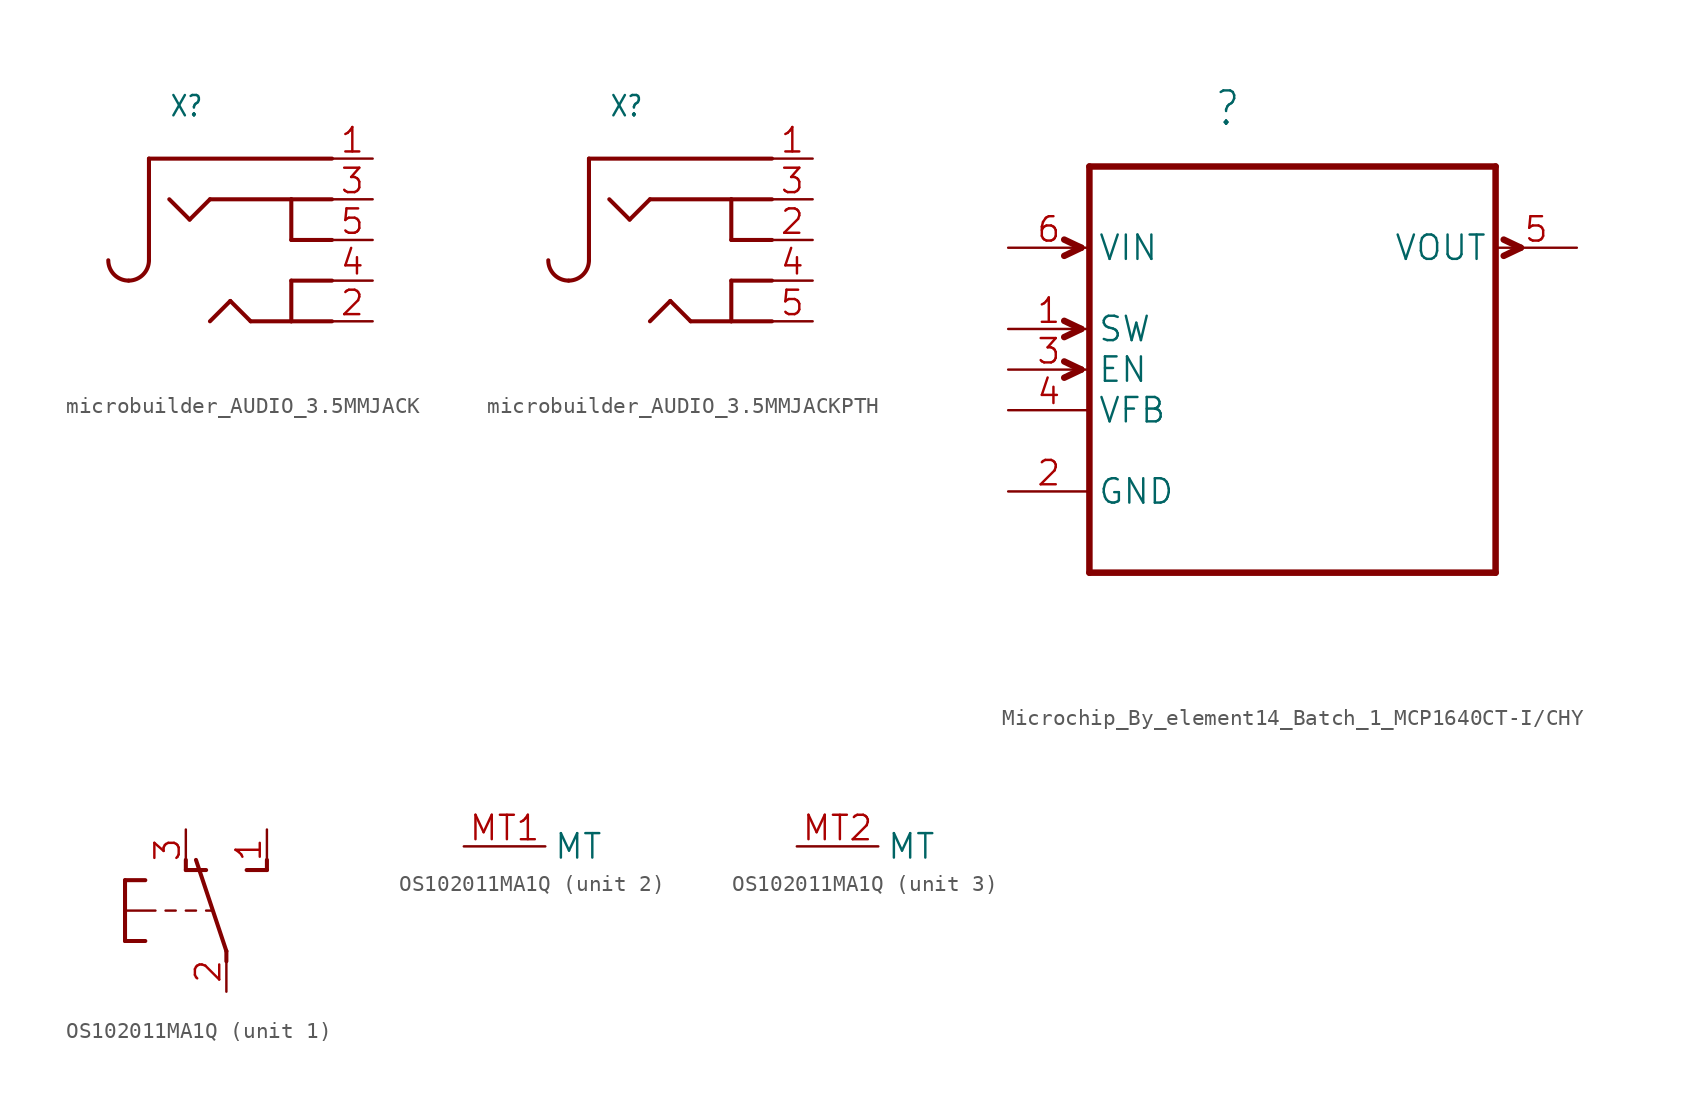
<source format=kicad_sym>
(kicad_symbol_lib
  (version 20241209)
  (generator "kicad_symbol_editor")
  (generator_version "9.0")
  (symbol "microbuilder_AUDIO_3.5MMJACK"
    (property "Reference" "X"
      (at -5.08 7.62 0)
      (effects (font (size 1.27 1.079)) (justify left bottom)))
    (property "Value" ""
      (at -5.08 -7.62 0)
      (effects (font (size 1.27 1.079)) (justify left bottom)))
    (property "ki_locked" ""
      (at 0 0 0)
      (effects (font (size 1.27 1.27))))
    (symbol "microbuilder_AUDIO_3.5MMJACK_1_0"
      (arc (start -7.62 -2.54) (mid -8.518 -2.168) (end -8.89 -1.27) (stroke (width 0.254) (type solid)) (fill (type none)))
      (arc (start -6.35 -1.27) (mid -6.722 -2.168) (end -7.62 -2.54) (stroke (width 0.254) (type solid)) (fill (type none)))
      (polyline (pts (xy -6.35 5.08) (xy -6.35 -1.27)) (stroke (width 0.254) (type solid)) (fill (type none)))
      (polyline (pts (xy -3.81 1.27) (xy -5.08 2.54)) (stroke (width 0.254) (type solid)) (fill (type none)))
      (polyline (pts (xy -2.54 2.54) (xy -3.81 1.27)) (stroke (width 0.254) (type solid)) (fill (type none)))
      (polyline (pts (xy -1.27 -3.81) (xy -2.54 -5.08)) (stroke (width 0.254) (type solid)) (fill (type none)))
      (polyline (pts (xy 0 -5.08) (xy -1.27 -3.81)) (stroke (width 0.254) (type solid)) (fill (type none)))
      (polyline (pts (xy 2.54 2.54) (xy -2.54 2.54)) (stroke (width 0.254) (type solid)) (fill (type none)))
      (polyline (pts (xy 2.54 0) (xy 2.54 2.54)) (stroke (width 0.254) (type solid)) (fill (type none)))
      (polyline (pts (xy 2.54 -2.54) (xy 2.54 -5.08)) (stroke (width 0.254) (type solid)) (fill (type none)))
      (polyline (pts (xy 2.54 -5.08) (xy 0 -5.08)) (stroke (width 0.254) (type solid)) (fill (type none)))
      (polyline (pts (xy 5.08 5.08) (xy -6.35 5.08)) (stroke (width 0.254) (type solid)) (fill (type none)))
      (polyline (pts (xy 5.08 2.54) (xy 2.54 2.54)) (stroke (width 0.254) (type solid)) (fill (type none)))
      (polyline (pts (xy 5.08 0) (xy 2.54 0)) (stroke (width 0.254) (type solid)) (fill (type none)))
      (polyline (pts (xy 5.08 -2.54) (xy 2.54 -2.54)) (stroke (width 0.254) (type solid)) (fill (type none)))
      (polyline (pts (xy 5.08 -5.08) (xy 2.54 -5.08)) (stroke (width 0.254) (type solid)) (fill (type none)))
      (pin bidirectional line (at 7.62 5.08 180) (length 2.54) (name "P$1" (effects (font (size 0 0)))) (number "1" (effects (font (size 1.524 1.524)))))
      (pin bidirectional line (at 7.62 2.54 180) (length 2.54) (name "P$2" (effects (font (size 0 0)))) (number "3" (effects (font (size 1.524 1.524)))))
      (pin bidirectional line (at 7.62 0 180) (length 2.54) (name "P$3" (effects (font (size 0 0)))) (number "5" (effects (font (size 1.524 1.524)))))
      (pin bidirectional line (at 7.62 -2.54 180) (length 2.54) (name "P$4" (effects (font (size 0 0)))) (number "4" (effects (font (size 1.524 1.524)))))
      (pin bidirectional line (at 7.62 -5.08 180) (length 2.54) (name "P$5" (effects (font (size 0 0)))) (number "2" (effects (font (size 1.524 1.524)))))))
  (symbol "microbuilder_AUDIO_3.5MMJACKPTH"
    (property "Reference" "X"
      (at -5.08 7.62 0)
      (effects (font (size 1.27 1.079)) (justify left bottom)))
    (property "Value" ""
      (at -5.08 -7.62 0)
      (effects (font (size 1.27 1.079)) (justify left bottom)))
    (property "ki_locked" ""
      (at 0 0 0)
      (effects (font (size 1.27 1.27))))
    (symbol "microbuilder_AUDIO_3.5MMJACKPTH_1_0"
      (arc (start -7.62 -2.54) (mid -8.518 -2.168) (end -8.89 -1.27) (stroke (width 0.254) (type solid)) (fill (type none)))
      (arc (start -6.35 -1.27) (mid -6.722 -2.168) (end -7.62 -2.54) (stroke (width 0.254) (type solid)) (fill (type none)))
      (polyline (pts (xy -6.35 5.08) (xy -6.35 -1.27)) (stroke (width 0.254) (type solid)) (fill (type none)))
      (polyline (pts (xy -3.81 1.27) (xy -5.08 2.54)) (stroke (width 0.254) (type solid)) (fill (type none)))
      (polyline (pts (xy -2.54 2.54) (xy -3.81 1.27)) (stroke (width 0.254) (type solid)) (fill (type none)))
      (polyline (pts (xy -1.27 -3.81) (xy -2.54 -5.08)) (stroke (width 0.254) (type solid)) (fill (type none)))
      (polyline (pts (xy 0 -5.08) (xy -1.27 -3.81)) (stroke (width 0.254) (type solid)) (fill (type none)))
      (polyline (pts (xy 2.54 2.54) (xy -2.54 2.54)) (stroke (width 0.254) (type solid)) (fill (type none)))
      (polyline (pts (xy 2.54 0) (xy 2.54 2.54)) (stroke (width 0.254) (type solid)) (fill (type none)))
      (polyline (pts (xy 2.54 -2.54) (xy 2.54 -5.08)) (stroke (width 0.254) (type solid)) (fill (type none)))
      (polyline (pts (xy 2.54 -5.08) (xy 0 -5.08)) (stroke (width 0.254) (type solid)) (fill (type none)))
      (polyline (pts (xy 5.08 5.08) (xy -6.35 5.08)) (stroke (width 0.254) (type solid)) (fill (type none)))
      (polyline (pts (xy 5.08 2.54) (xy 2.54 2.54)) (stroke (width 0.254) (type solid)) (fill (type none)))
      (polyline (pts (xy 5.08 0) (xy 2.54 0)) (stroke (width 0.254) (type solid)) (fill (type none)))
      (polyline (pts (xy 5.08 -2.54) (xy 2.54 -2.54)) (stroke (width 0.254) (type solid)) (fill (type none)))
      (polyline (pts (xy 5.08 -5.08) (xy 2.54 -5.08)) (stroke (width 0.254) (type solid)) (fill (type none)))
      (pin bidirectional line (at 7.62 5.08 180) (length 2.54) (name "P$1" (effects (font (size 0 0)))) (number "1" (effects (font (size 1.524 1.524)))))
      (pin bidirectional line (at 7.62 2.54 180) (length 2.54) (name "P$2" (effects (font (size 0 0)))) (number "3" (effects (font (size 1.524 1.524)))))
      (pin bidirectional line (at 7.62 0 180) (length 2.54) (name "P$3" (effects (font (size 0 0)))) (number "2" (effects (font (size 1.524 1.524)))))
      (pin bidirectional line (at 7.62 -2.54 180) (length 2.54) (name "P$4" (effects (font (size 0 0)))) (number "4" (effects (font (size 1.524 1.524)))))
      (pin bidirectional line (at 7.62 -5.08 180) (length 2.54) (name "P$5" (effects (font (size 0 0)))) (number "5" (effects (font (size 1.524 1.524)))))))
  (symbol "Microchip_By_element14_Batch_1_MCP1640CT-I/CHY"
    (property "Reference" ""
      (at -4.928 12.573 0)
      (effects (font (size 2.083 1.77)) (justify left bottom)))
    (property "Value" ""
      (at -5.105 -19.914 0)
      (effects (font (size 2.083 1.77)) (justify left bottom)))
    (property "ki_locked" ""
      (at 0 0 0)
      (effects (font (size 1.27 1.27))))
    (symbol "Microchip_By_element14_Batch_1_MCP1640CT-I/CHY_1_0"
      (polyline (pts (xy -13.208 5.08) (xy -14.275 5.588)) (stroke (width 0.406) (type solid)) (fill (type none)))
      (polyline (pts (xy -13.208 5.08) (xy -14.275 4.572)) (stroke (width 0.406) (type solid)) (fill (type none)))
      (polyline (pts (xy -13.208 0) (xy -14.275 0.508)) (stroke (width 0.406) (type solid)) (fill (type none)))
      (polyline (pts (xy -13.208 0) (xy -14.275 -0.508)) (stroke (width 0.406) (type solid)) (fill (type none)))
      (polyline (pts (xy -13.208 -2.54) (xy -14.275 -2.032)) (stroke (width 0.406) (type solid)) (fill (type none)))
      (polyline (pts (xy -13.208 -2.54) (xy -14.275 -3.048)) (stroke (width 0.406) (type solid)) (fill (type none)))
      (polyline (pts (xy -12.7 10.16) (xy -12.7 -15.24)) (stroke (width 0.406) (type solid)) (fill (type none)))
      (polyline (pts (xy -12.7 -15.24) (xy 12.7 -15.24)) (stroke (width 0.406) (type solid)) (fill (type none)))
      (polyline (pts (xy 12.7 10.16) (xy -12.7 10.16)) (stroke (width 0.406) (type solid)) (fill (type none)))
      (polyline (pts (xy 12.7 -15.24) (xy 12.7 10.16)) (stroke (width 0.406) (type solid)) (fill (type none)))
      (polyline (pts (xy 13.208 5.588) (xy 14.275 5.08)) (stroke (width 0.406) (type solid)) (fill (type none)))
      (polyline (pts (xy 13.208 4.572) (xy 14.275 5.08)) (stroke (width 0.406) (type solid)) (fill (type none)))
      (pin input line (at -17.78 5.08 0) (length 5.08) (name "VIN" (effects (font (size 1.524 1.524)))) (number "6" (effects (font (size 1.524 1.524)))))
      (pin input line (at -17.78 0 0) (length 5.08) (name "SW" (effects (font (size 1.524 1.524)))) (number "1" (effects (font (size 1.524 1.524)))))
      (pin input line (at -17.78 -2.54 0) (length 5.08) (name "EN" (effects (font (size 1.524 1.524)))) (number "3" (effects (font (size 1.524 1.524)))))
      (pin input line (at -17.78 -5.08 0) (length 5.08) (name "VFB" (effects (font (size 1.524 1.524)))) (number "4" (effects (font (size 1.524 1.524)))))
      (pin passive line (at -17.78 -10.16 0) (length 5.08) (name "GND" (effects (font (size 1.524 1.524)))) (number "2" (effects (font (size 1.524 1.524)))))
      (pin output line (at 17.78 5.08 180) (length 5.08) (name "VOUT" (effects (font (size 1.524 1.524)))) (number "5" (effects (font (size 1.524 1.524)))))))
  (symbol "OS102011MA1Q"
    (property "Reference" "SW"
      (at -8.255 -1.905 90)
      (effects (font (size 1.778 1.511)) (justify left bottom) (hide yes)))
    (property "ki_locked" ""
      (at 0 0 0)
      (effects (font (size 1.27 1.27))))
    (symbol "OS102011MA1Q_1_0"
      (polyline (pts (xy -6.35 1.905) (xy -6.35 0)) (stroke (width 0.254) (type solid)) (fill (type none)))
      (polyline (pts (xy -6.35 1.905) (xy -5.08 1.905)) (stroke (width 0.254) (type solid)) (fill (type none)))
      (polyline (pts (xy -6.35 0) (xy -6.35 -1.905)) (stroke (width 0.254) (type solid)) (fill (type none)))
      (polyline (pts (xy -6.35 0) (xy -4.445 0)) (stroke (width 0.152) (type solid)) (fill (type none)))
      (polyline (pts (xy -6.35 -1.905) (xy -5.08 -1.905)) (stroke (width 0.254) (type solid)) (fill (type none)))
      (polyline (pts (xy -3.175 0) (xy -3.81 0)) (stroke (width 0.152) (type solid)) (fill (type none)))
      (polyline (pts (xy -2.54 2.54) (xy -2.54 3.175)) (stroke (width 0.254) (type solid)) (fill (type none)))
      (polyline (pts (xy -2.54 2.54) (xy -1.27 2.54)) (stroke (width 0.254) (type solid)) (fill (type none)))
      (polyline (pts (xy -1.905 0) (xy -2.54 0)) (stroke (width 0.152) (type solid)) (fill (type none)))
      (polyline (pts (xy -0.889 0) (xy -1.27 0)) (stroke (width 0.152) (type solid)) (fill (type none)))
      (polyline (pts (xy 0 -2.54) (xy -1.905 3.175)) (stroke (width 0.254) (type solid)) (fill (type none)))
      (polyline (pts (xy 0 -3.175) (xy 0 -2.54)) (stroke (width 0.254) (type solid)) (fill (type none)))
      (polyline (pts (xy 1.27 2.54) (xy 2.54 2.54)) (stroke (width 0.254) (type solid)) (fill (type none)))
      (polyline (pts (xy 2.54 2.54) (xy 2.54 3.175)) (stroke (width 0.254) (type solid)) (fill (type none)))
      (pin passive line (at -2.54 5.08 270) (length 2.54) (name "O" (effects (font (size 0 0)))) (number "3" (effects (font (size 1.524 1.524)))))
      (pin passive line (at 0 -5.08 90) (length 2.54) (name "P" (effects (font (size 0 0)))) (number "2" (effects (font (size 1.524 1.524)))))
      (pin passive line (at 2.54 5.08 270) (length 2.54) (name "S" (effects (font (size 0 0)))) (number "1" (effects (font (size 1.524 1.524))))))
    (symbol "OS102011MA1Q_2_0"
      (pin passive line (at 0 0 0) (length 5.08) (name "MT" (effects (font (size 1.524 1.524)))) (number "MT1" (effects (font (size 1.524 1.524))))))
    (symbol "OS102011MA1Q_3_0"
      (pin passive line (at 0 0 0) (length 5.08) (name "MT" (effects (font (size 1.524 1.524)))) (number "MT2" (effects (font (size 1.524 1.524))))))))
</source>
